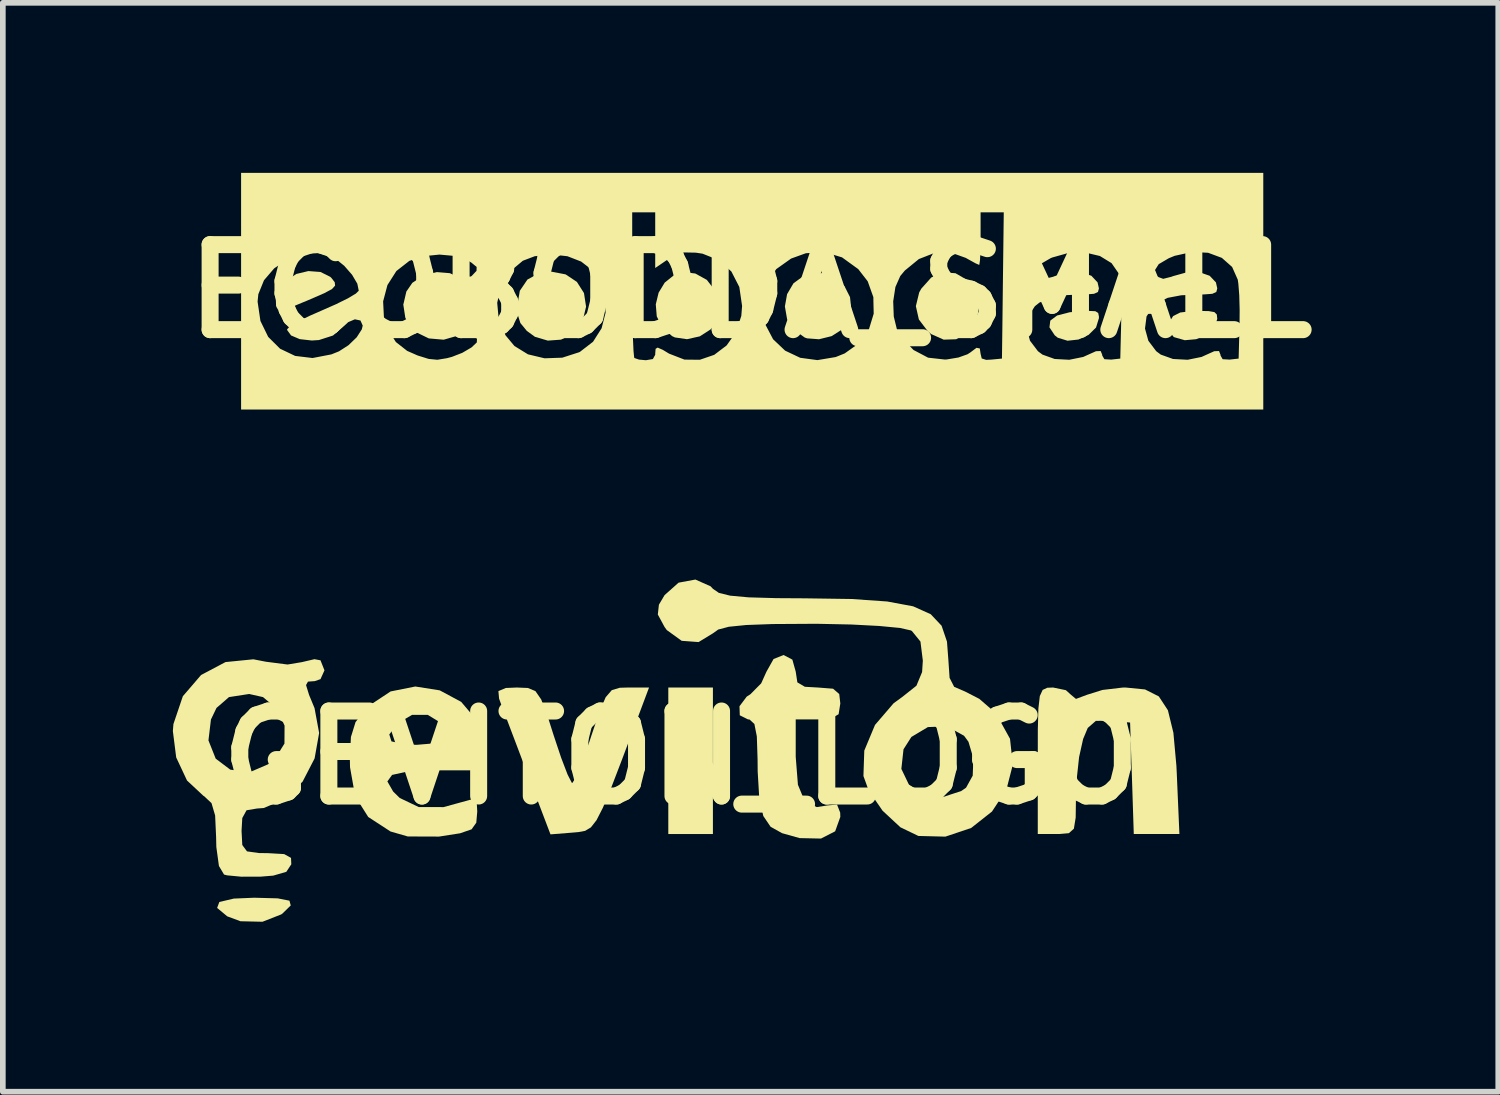
<source format=kicad_pcb>
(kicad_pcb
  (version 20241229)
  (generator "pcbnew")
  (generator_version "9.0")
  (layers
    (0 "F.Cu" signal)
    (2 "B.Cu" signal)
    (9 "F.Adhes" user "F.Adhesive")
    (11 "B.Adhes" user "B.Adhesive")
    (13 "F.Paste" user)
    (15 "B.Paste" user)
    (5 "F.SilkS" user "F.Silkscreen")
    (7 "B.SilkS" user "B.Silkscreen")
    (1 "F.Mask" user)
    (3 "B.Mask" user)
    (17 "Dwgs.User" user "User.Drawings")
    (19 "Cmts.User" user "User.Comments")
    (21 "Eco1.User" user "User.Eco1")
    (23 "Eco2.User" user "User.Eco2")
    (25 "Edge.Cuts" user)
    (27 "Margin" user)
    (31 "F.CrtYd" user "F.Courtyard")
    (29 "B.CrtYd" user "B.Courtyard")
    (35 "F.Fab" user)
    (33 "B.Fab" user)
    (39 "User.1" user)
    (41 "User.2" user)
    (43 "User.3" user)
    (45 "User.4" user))
  (footprint "ECOBODDA_SMALL"
    (layer "F.Cu")
    (at 10.193 2.088)
    (property "Reference" "ECOBODDA_SMALL" (at 0 0 0) (layer "F.SilkS") (effects (font (size 1.5 1.5) (thickness 0.3))))
    (attr board_only exclude_from_pos_files exclude_from_bom)
    (fp_poly (pts (xy 6.084 0.353) (xy 6.134 0.384) (xy 6.147 0.446) (xy 6.147 0.476) (xy 6.096 0.641) (xy 5.964 0.771) (xy 5.785 0.853) (xy 5.593 0.874) (xy 5.421 0.821) (xy 5.368 0.779) (xy 5.274 0.638) (xy 5.289 0.519) (xy 5.409 0.429) (xy 5.629 0.372) (xy 5.766 0.359) (xy 5.97 0.348)) (stroke (width 0) (type solid)) (fill yes) (layer "F.SilkS"))
    (fp_poly (pts (xy 8.082 0.351) (xy 8.185 0.369) (xy 8.227 0.411) (xy 8.235 0.489) (xy 8.183 0.645) (xy 8.049 0.769) (xy 7.864 0.847) (xy 7.662 0.865) (xy 7.473 0.811) (xy 7.466 0.807) (xy 7.379 0.7) (xy 7.381 0.558) (xy 7.456 0.439) (xy 7.582 0.376) (xy 7.804 0.349) (xy 7.891 0.348)) (stroke (width 0) (type solid)) (fill yes) (layer "F.SilkS"))
    (fp_poly (pts (xy 3.616 -0.317) (xy 3.821 -0.199) (xy 3.985 0.006) (xy 4.042 0.247) (xy 3.989 0.505) (xy 3.975 0.537) (xy 3.825 0.741) (xy 3.628 0.848) (xy 3.408 0.855) (xy 3.188 0.757) (xy 3.13 0.71) (xy 2.97 0.499) (xy 2.917 0.264) (xy 2.976 0.021) (xy 3.013 -0.045) (xy 3.189 -0.242) (xy 3.396 -0.333)) (stroke (width 0) (type solid)) (fill yes) (layer "F.SilkS"))
    (fp_poly (pts (xy -3.264 -0.297) (xy -3.064 -0.164) (xy -2.939 0.033) (xy -2.902 0.272) (xy -2.964 0.533) (xy -2.989 0.585) (xy -3.138 0.758) (xy -3.345 0.855) (xy -3.577 0.872) (xy -3.804 0.805) (xy -3.948 0.7) (xy -4.061 0.562) (xy -4.109 0.412) (xy -4.117 0.261) (xy -4.071 -0.007) (xy -3.937 -0.205) (xy -3.728 -0.32) (xy -3.527 -0.347)) (stroke (width 0) (type solid)) (fill yes) (layer "F.SilkS"))
    (fp_poly (pts (xy -0.975 -0.312) (xy -0.772 -0.2) (xy -0.631 -0.019) (xy -0.561 0.2) (xy -0.571 0.427) (xy -0.668 0.631) (xy -0.706 0.675) (xy -0.896 0.797) (xy -1.121 0.847) (xy -1.334 0.816) (xy -1.385 0.792) (xy -1.562 0.637) (xy -1.655 0.443) (xy -1.672 0.232) (xy -1.622 0.026) (xy -1.514 -0.152) (xy -1.355 -0.279) (xy -1.154 -0.334)) (stroke (width 0) (type solid)) (fill yes) (layer "F.SilkS"))
    (fp_poly (pts (xy 1.497 -0.239) (xy 1.657 -0.09) (xy 1.755 0.104) (xy 1.778 0.32) (xy 1.715 0.537) (xy 1.608 0.68) (xy 1.43 0.793) (xy 1.208 0.848) (xy 0.998 0.832) (xy 0.957 0.818) (xy 0.76 0.679) (xy 0.644 0.488) (xy 0.606 0.269) (xy 0.645 0.052) (xy 0.757 -0.139) (xy 0.942 -0.274) (xy 1.046 -0.31) (xy 1.289 -0.32)) (stroke (width 0) (type solid)) (fill yes) (layer "F.SilkS"))
    (fp_poly (pts (xy -7.588 -0.339) (xy -7.417 -0.254) (xy -7.393 -0.231) (xy -7.337 -0.158) (xy -7.33 -0.099) (xy -7.384 -0.039) (xy -7.515 0.032) (xy -7.736 0.129) (xy -7.828 0.168) (xy -8.061 0.264) (xy -8.21 0.319) (xy -8.295 0.338) (xy -8.339 0.324) (xy -8.364 0.28) (xy -8.372 0.261) (xy -8.377 0.107) (xy -8.28 -0.077) (xy -8.186 -0.188) (xy -8.015 -0.304) (xy -7.802 -0.355)) (stroke (width 0) (type solid)) (fill yes) (layer "F.SilkS"))
    (fp_poly (pts (xy 9.047 0) (xy 9.047 2.088) (xy 0.029 2.088) (xy -8.989 2.088) (xy -8.989 0.183) (xy -8.698 0.183) (xy -8.648 0.525) (xy -8.511 0.806) (xy -8.301 1.015) (xy -8.035 1.142) (xy -7.728 1.179) (xy -7.396 1.115) (xy -7.262 1.061) (xy -7.094 0.953) (xy -6.949 0.813) (xy -6.859 0.673) (xy -6.843 0.607) (xy -6.883 0.517) (xy -6.981 0.496) (xy -7.099 0.546) (xy -7.158 0.601) (xy -7.367 0.782) (xy -7.615 0.862) (xy -7.742 0.87) (xy -7.954 0.846) (xy -8.107 0.781) (xy -8.175 0.688) (xy -8.177 0.672) (xy -8.126 0.619) (xy -7.986 0.536) (xy -7.776 0.433) (xy -7.553 0.335) (xy -7.306 0.226) (xy -7.214 0.18) (xy -6.483 0.18) (xy -6.468 0.479) (xy -6.404 0.667) (xy -6.258 0.897) (xy -6.059 1.053) (xy -5.875 1.134) (xy -5.679 1.195) (xy -5.527 1.21) (xy -5.356 1.182) (xy -5.267 1.158) (xy -5.085 1.087) (xy -4.928 0.995) (xy -4.919 0.988) (xy -4.83 0.904) (xy -4.827 0.842) (xy -4.879 0.781) (xy -4.95 0.723) (xy -5.026 0.721) (xy -5.152 0.778) (xy -5.163 0.784) (xy -5.415 0.856) (xy -5.677 0.833) (xy -5.908 0.721) (xy -5.967 0.67) (xy -6.091 0.471) (xy -6.127 0.236) (xy -6.119 0.205) (xy -4.47 0.205) (xy -4.443 0.501) (xy -4.323 0.779) (xy -4.166 0.967) (xy -3.927 1.114) (xy -3.634 1.184) (xy -3.322 1.173) (xy -3.024 1.077) (xy -3.011 1.071) (xy -2.779 0.892) (xy -2.628 0.654) (xy -2.558 0.381) (xy -2.57 0.097) (xy -2.664 -0.174) (xy -2.84 -0.408) (xy -2.989 -0.523) (xy -3.231 -0.617) (xy -3.52 -0.649) (xy -3.808 -0.617) (xy -4.018 -0.537) (xy -4.255 -0.338) (xy -4.406 -0.082) (xy -4.47 0.205) (xy -6.119 0.205) (xy -6.073 0.006) (xy -5.967 -0.148) (xy -5.77 -0.278) (xy -5.535 -0.337) (xy -5.306 -0.318) (xy -5.187 -0.264) (xy -5.075 -0.2) (xy -5.001 -0.205) (xy -4.924 -0.265) (xy -4.835 -0.359) (xy -4.833 -0.428) (xy -4.924 -0.503) (xy -4.989 -0.543) (xy -5.211 -0.621) (xy -5.489 -0.646) (xy -5.774 -0.617) (xy -6.02 -0.535) (xy -6.249 -0.356) (xy -6.407 -0.108) (xy -6.483 0.18) (xy -7.214 0.18) (xy -7.102 0.125) (xy -6.964 0.042) (xy -6.913 -0.008) (xy -6.938 -0.132) (xy -7.031 -0.29) (xy -7.169 -0.448) (xy -7.325 -0.574) (xy -7.366 -0.598) (xy -7.626 -0.674) (xy -7.902 -0.657) (xy -8.17 -0.562) (xy -8.405 -0.403) (xy -8.585 -0.193) (xy -8.685 0.053) (xy -8.698 0.183) (xy -8.989 0.183) (xy -8.989 0) (xy -8.989 -1.392) (xy -2.088 -1.392) (xy -2.088 -0.126) (xy -2.086 0.246) (xy -2.081 0.579) (xy -2.074 0.854) (xy -2.065 1.055) (xy -2.054 1.165) (xy -2.049 1.179) (xy -1.968 1.207) (xy -1.846 1.218) (xy -1.723 1.197) (xy -1.682 1.122) (xy -1.682 1.102) (xy -1.675 1.017) (xy -1.639 0.995) (xy -1.548 1.035) (xy -1.437 1.102) (xy -1.166 1.207) (xy -0.895 1.21) (xy -0.641 1.123) (xy -0.422 0.957) (xy -0.257 0.724) (xy -0.163 0.436) (xy -0.149 0.261) (xy 0.207 0.261) (xy 0.258 0.582) (xy 0.398 0.848) (xy 0.61 1.049) (xy 0.876 1.175) (xy 1.18 1.216) (xy 1.502 1.162) (xy 1.661 1.098) (xy 1.916 0.917) (xy 2.088 0.675) (xy 2.173 0.397) (xy 2.168 0.179) (xy 2.517 0.179) (xy 2.527 0.447) (xy 2.585 0.683) (xy 2.644 0.793) (xy 2.875 1.037) (xy 3.133 1.173) (xy 3.429 1.206) (xy 3.464 1.204) (xy 3.668 1.17) (xy 3.828 1.113) (xy 3.875 1.083) (xy 3.987 0.999) (xy 4.045 1.01) (xy 4.059 1.105) (xy 4.079 1.187) (xy 4.158 1.212) (xy 4.248 1.207) (xy 4.436 1.189) (xy 4.443 0.659) (xy 4.872 0.659) (xy 4.931 0.874) (xy 5.071 1.059) (xy 5.151 1.119) (xy 5.366 1.196) (xy 5.624 1.21) (xy 5.87 1.16) (xy 5.936 1.13) (xy 6.095 1.059) (xy 6.178 1.056) (xy 6.205 1.121) (xy 6.205 1.135) (xy 6.243 1.2) (xy 6.364 1.207) (xy 6.524 1.189) (xy 6.537 0.659) (xy 6.96 0.659) (xy 7.019 0.874) (xy 7.158 1.059) (xy 7.239 1.119) (xy 7.454 1.196) (xy 7.712 1.21) (xy 7.958 1.16) (xy 8.024 1.13) (xy 8.182 1.059) (xy 8.266 1.056) (xy 8.292 1.121) (xy 8.293 1.135) (xy 8.33 1.2) (xy 8.452 1.207) (xy 8.612 1.189) (xy 8.628 0.608) (xy 8.63 0.331) (xy 8.623 0.07) (xy 8.607 -0.133) (xy 8.597 -0.203) (xy 8.497 -0.428) (xy 8.316 -0.588) (xy 8.074 -0.678) (xy 7.79 -0.692) (xy 7.483 -0.624) (xy 7.379 -0.581) (xy 7.202 -0.477) (xy 7.137 -0.374) (xy 7.181 -0.266) (xy 7.197 -0.249) (xy 7.281 -0.218) (xy 7.424 -0.254) (xy 7.456 -0.266) (xy 7.701 -0.334) (xy 7.924 -0.334) (xy 8.101 -0.272) (xy 8.211 -0.156) (xy 8.235 -0.049) (xy 8.218 0.014) (xy 8.148 0.046) (xy 8 0.057) (xy 7.923 0.058) (xy 7.599 0.072) (xy 7.361 0.117) (xy 7.184 0.202) (xy 7.105 0.265) (xy 6.987 0.446) (xy 6.96 0.659) (xy 6.537 0.659) (xy 6.54 0.516) (xy 6.542 0.233) (xy 6.534 -0.021) (xy 6.517 -0.215) (xy 6.498 -0.31) (xy 6.37 -0.495) (xy 6.164 -0.621) (xy 5.903 -0.683) (xy 5.614 -0.676) (xy 5.321 -0.594) (xy 5.292 -0.581) (xy 5.114 -0.477) (xy 5.049 -0.374) (xy 5.093 -0.266) (xy 5.109 -0.249) (xy 5.194 -0.218) (xy 5.337 -0.254) (xy 5.368 -0.266) (xy 5.613 -0.334) (xy 5.836 -0.334) (xy 6.014 -0.272) (xy 6.123 -0.156) (xy 6.147 -0.049) (xy 6.13 0.014) (xy 6.061 0.046) (xy 5.912 0.057) (xy 5.835 0.058) (xy 5.511 0.072) (xy 5.274 0.117) (xy 5.096 0.202) (xy 5.017 0.265) (xy 4.899 0.446) (xy 4.872 0.659) (xy 4.443 0.659) (xy 4.452 -0.101) (xy 4.468 -1.392) (xy 4.263 -1.392) (xy 4.059 -1.392) (xy 4.059 -0.928) (xy 4.056 -0.712) (xy 4.049 -0.55) (xy 4.037 -0.469) (xy 4.034 -0.464) (xy 3.972 -0.491) (xy 3.85 -0.558) (xy 3.799 -0.587) (xy 3.529 -0.684) (xy 3.246 -0.675) (xy 2.97 -0.567) (xy 2.722 -0.364) (xy 2.642 -0.268) (xy 2.556 -0.074) (xy 2.517 0.179) (xy 2.168 0.179) (xy 2.167 0.105) (xy 2.067 -0.175) (xy 1.9 -0.39) (xy 1.614 -0.597) (xy 1.305 -0.69) (xy 0.977 -0.67) (xy 0.716 -0.576) (xy 0.454 -0.39) (xy 0.284 -0.137) (xy 0.21 0.179) (xy 0.207 0.261) (xy -0.149 0.261) (xy -0.198 -0.074) (xy -0.338 -0.347) (xy -0.558 -0.547) (xy -0.847 -0.662) (xy -0.967 -0.68) (xy -1.17 -0.684) (xy -1.328 -0.64) (xy -1.464 -0.558) (xy -1.682 -0.409) (xy -1.682 -0.901) (xy -1.682 -1.392) (xy -1.885 -1.392) (xy -2.088 -1.392) (xy -8.989 -1.392) (xy -8.989 -2.088) (xy 0.029 -2.088) (xy 9.047 -2.088)) (stroke (width 0) (type solid)) (fill yes) (layer "F.SilkS")))
  (footprint "GEVITON_LOGO"
    (layer "F.Cu")
    (at 8.967 10.317)
    (property "Reference" "GEVITON_LOGO" (at 0 0 0) (layer "F.SilkS") (effects (font (size 1.5 1.5) (thickness 0.3))))
    (attr board_only exclude_from_pos_files exclude_from_bom)
    (fp_poly (pts (xy 0.562 0.056) (xy 0.562 1.349) (xy 0.169 1.349) (xy -0.225 1.349) (xy -0.225 0.056) (xy -0.225 -1.236) (xy 0.169 -1.236) (xy 0.562 -1.236)) (stroke (width 0) (type solid)) (fill yes) (layer "F.SilkS"))
    (fp_poly (pts (xy -7.118 2.484) (xy -6.91 2.525) (xy -6.887 2.609) (xy -7.029 2.748) (xy -7.052 2.766) (xy -7.385 2.897) (xy -7.774 2.888) (xy -8.008 2.801) (xy -8.186 2.653) (xy -8.147 2.548) (xy -7.891 2.488) (xy -7.53 2.473)) (stroke (width 0) (type solid)) (fill yes) (layer "F.SilkS"))
    (fp_poly (pts (xy -0.786 -0.646) (xy -1.042 0.035) (xy -1.234 0.535) (xy -1.378 0.882) (xy -1.492 1.105) (xy -1.591 1.232) (xy -1.693 1.293) (xy -1.813 1.315) (xy -1.917 1.324) (xy -2.304 1.355) (xy -2.722 0.256) (xy -2.903 -0.223) (xy -3.06 -0.637) (xy -3.172 -0.933) (xy -3.211 -1.04) (xy -3.223 -1.173) (xy -3.092 -1.228) (xy -2.898 -1.236) (xy -2.702 -1.228) (xy -2.57 -1.173) (xy -2.468 -1.026) (xy -2.36 -0.745) (xy -2.248 -0.393) (xy -2.116 0.002) (xy -2.003 0.298) (xy -1.929 0.443) (xy -1.919 0.449) (xy -1.856 0.35) (xy -1.748 0.088) (xy -1.615 -0.287) (xy -1.58 -0.394) (xy -1.438 -0.815) (xy -1.33 -1.065) (xy -1.222 -1.19) (xy -1.081 -1.232) (xy -0.935 -1.236) (xy -0.565 -1.236)) (stroke (width 0) (type solid)) (fill yes) (layer "F.SilkS"))
    (fp_poly (pts (xy 8.187 -1.202) (xy 8.43 -1.079) (xy 8.59 -0.835) (xy 8.687 -0.438) (xy 8.74 0.145) (xy 8.747 0.287) (xy 8.793 1.349) (xy 8.391 1.349) (xy 7.988 1.349) (xy 7.956 0.365) (xy 7.923 -0.618) (xy 7.571 -0.652) (xy 7.318 -0.647) (xy 7.176 -0.523) (xy 7.094 -0.327) (xy 7.023 -0.008) (xy 6.977 0.418) (xy 6.968 0.691) (xy 6.963 1.059) (xy 6.931 1.255) (xy 6.843 1.334) (xy 6.672 1.349) (xy 6.631 1.349) (xy 6.294 1.349) (xy 6.294 0.056) (xy 6.295 -0.498) (xy 6.305 -0.866) (xy 6.33 -1.085) (xy 6.38 -1.194) (xy 6.462 -1.232) (xy 6.565 -1.236) (xy 6.79 -1.189) (xy 6.88 -1.108) (xy 6.968 -1.035) (xy 7.163 -1.108) (xy 7.435 -1.193) (xy 7.789 -1.235) (xy 7.842 -1.236)) (stroke (width 0) (type solid)) (fill yes) (layer "F.SilkS"))
    (fp_poly (pts (xy 1.964 -1.728) (xy 2.023 -1.517) (xy 2.052 -1.327) (xy 2.185 -1.249) (xy 2.416 -1.236) (xy 2.682 -1.215) (xy 2.791 -1.121) (xy 2.81 -0.955) (xy 2.78 -0.765) (xy 2.648 -0.688) (xy 2.416 -0.674) (xy 2.023 -0.674) (xy 2.023 -0.014) (xy 2.062 0.48) (xy 2.183 0.772) (xy 2.394 0.874) (xy 2.58 0.845) (xy 2.752 0.829) (xy 2.808 0.972) (xy 2.81 1.047) (xy 2.719 1.301) (xy 2.469 1.429) (xy 2.092 1.421) (xy 1.782 1.334) (xy 1.58 1.221) (xy 1.451 1.031) (xy 1.38 0.721) (xy 1.352 0.246) (xy 1.35 0.028) (xy 1.337 -0.373) (xy 1.294 -0.592) (xy 1.209 -0.671) (xy 1.18 -0.674) (xy 1.036 -0.746) (xy 1.031 -0.906) (xy 1.159 -1.076) (xy 1.223 -1.117) (xy 1.414 -1.31) (xy 1.506 -1.514) (xy 1.632 -1.739) (xy 1.809 -1.81)) (stroke (width 0) (type solid)) (fill yes) (layer "F.SilkS"))
    (fp_poly (pts (xy -4.258 -1.186) (xy -3.88 -0.983) (xy -3.606 -0.661) (xy -3.486 -0.238) (xy -3.484 -0.177) (xy -3.484 0.225) (xy -4.327 0.225) (xy -4.818 0.244) (xy -5.099 0.306) (xy -5.182 0.421) (xy -5.08 0.599) (xy -4.964 0.713) (xy -4.629 0.873) (xy -4.191 0.874) (xy -3.885 0.79) (xy -3.677 0.733) (xy -3.604 0.813) (xy -3.596 0.951) (xy -3.613 1.149) (xy -3.696 1.266) (xy -3.899 1.336) (xy -4.271 1.394) (xy -4.822 1.392) (xy -5.127 1.304) (xy -5.52 1.048) (xy -5.75 0.683) (xy -5.841 0.171) (xy -5.844 0.023) (xy -5.825 -0.365) (xy -5.811 -0.408) (xy -5.148 -0.408) (xy -5.11 -0.286) (xy -4.87 -0.231) (xy -4.664 -0.225) (xy -4.307 -0.255) (xy -4.162 -0.346) (xy -4.158 -0.371) (xy -4.249 -0.619) (xy -4.469 -0.753) (xy -4.747 -0.753) (xy -4.993 -0.61) (xy -5.148 -0.408) (xy -5.811 -0.408) (xy -5.744 -0.625) (xy -5.567 -0.856) (xy -5.516 -0.908) (xy -5.125 -1.167) (xy -4.689 -1.254)) (stroke (width 0) (type solid)) (fill yes) (layer "F.SilkS"))
    (fp_poly (pts (xy -6.362 -1.716) (xy -6.292 -1.539) (xy -6.362 -1.384) (xy -6.462 -1.349) (xy -6.583 -1.34) (xy -6.617 -1.279) (xy -6.564 -1.107) (xy -6.467 -0.872) (xy -6.386 -0.434) (xy -6.466 0.015) (xy -6.677 0.423) (xy -6.987 0.732) (xy -7.364 0.89) (xy -7.483 0.899) (xy -7.667 0.93) (xy -7.742 1.067) (xy -7.755 1.292) (xy -7.742 1.543) (xy -7.659 1.655) (xy -7.444 1.685) (xy -7.297 1.686) (xy -7.003 1.703) (xy -6.882 1.77) (xy -6.877 1.883) (xy -6.965 2.016) (xy -7.196 2.083) (xy -7.419 2.101) (xy -7.758 2.102) (xy -8.01 2.078) (xy -8.064 2.064) (xy -8.154 1.913) (xy -8.2 1.577) (xy -8.204 1.399) (xy -8.221 1.022) (xy -8.285 0.804) (xy -8.416 0.681) (xy -8.428 0.675) (xy -8.717 0.405) (xy -8.908 -0.002) (xy -8.946 -0.303) (xy -8.339 -0.303) (xy -8.211 0.019) (xy -7.954 0.213) (xy -7.616 0.26) (xy -7.29 0.12) (xy -7.165 0.022) (xy -6.998 -0.247) (xy -6.996 -0.564) (xy -7.131 -0.86) (xy -7.376 -1.067) (xy -7.621 -1.122) (xy -7.977 -1.067) (xy -8.197 -0.876) (xy -8.295 -0.672) (xy -8.339 -0.303) (xy -8.946 -0.303) (xy -8.967 -0.468) (xy -8.957 -0.591) (xy -8.791 -1.082) (xy -8.469 -1.457) (xy -8.038 -1.685) (xy -7.546 -1.734) (xy -7.325 -1.691) (xy -6.943 -1.642) (xy -6.691 -1.684) (xy -6.468 -1.736)) (stroke (width 0) (type solid)) (fill yes) (layer "F.SilkS"))
    (fp_poly (pts (xy 0.521 -3.022) (xy 0.562 -2.978) (xy 0.667 -2.906) (xy 0.865 -2.857) (xy 1.192 -2.827) (xy 1.681 -2.813) (xy 2.178 -2.81) (xy 3.007 -2.798) (xy 3.637 -2.754) (xy 4.095 -2.669) (xy 4.406 -2.529) (xy 4.597 -2.326) (xy 4.692 -2.046) (xy 4.717 -1.716) (xy 4.738 -1.406) (xy 4.819 -1.248) (xy 4.997 -1.171) (xy 5.002 -1.17) (xy 5.261 -1.037) (xy 5.53 -0.805) (xy 5.564 -0.766) (xy 5.804 -0.332) (xy 5.854 0.125) (xy 5.74 0.567) (xy 5.486 0.952) (xy 5.119 1.242) (xy 4.664 1.395) (xy 4.187 1.383) (xy 3.87 1.23) (xy 3.555 0.937) (xy 3.31 0.58) (xy 3.218 0.326) (xy 3.222 0.2) (xy 3.887 0.2) (xy 4.02 0.477) (xy 4.274 0.655) (xy 4.599 0.703) (xy 4.944 0.59) (xy 5.029 0.531) (xy 5.146 0.319) (xy 5.158 0.014) (xy 5.071 -0.279) (xy 4.993 -0.385) (xy 4.691 -0.551) (xy 4.355 -0.538) (xy 4.064 -0.364) (xy 3.925 -0.146) (xy 3.887 0.2) (xy 3.222 0.2) (xy 3.233 -0.123) (xy 3.422 -0.576) (xy 3.75 -0.958) (xy 3.901 -1.068) (xy 4.153 -1.268) (xy 4.253 -1.509) (xy 4.266 -1.71) (xy 4.224 -2.047) (xy 4.073 -2.233) (xy 4.053 -2.244) (xy 3.864 -2.287) (xy 3.498 -2.322) (xy 3.003 -2.348) (xy 2.425 -2.36) (xy 2.269 -2.36) (xy 1.614 -2.356) (xy 1.15 -2.339) (xy 0.842 -2.308) (xy 0.656 -2.259) (xy 0.562 -2.192) (xy 0.309 -2.038) (xy 0.011 -2.06) (xy -0.252 -2.25) (xy -0.291 -2.304) (xy -0.41 -2.524) (xy -0.391 -2.697) (xy -0.291 -2.866) (xy -0.044 -3.086) (xy 0.253 -3.141)) (stroke (width 0) (type solid)) (fill yes) (layer "F.SilkS")))
  (gr_rect
    (start -3 -3)
    (end 23.386 16.213)
    (stroke (width 0.1) (type default))
    (fill no)
    (layer "Edge.Cuts")))
</source>
